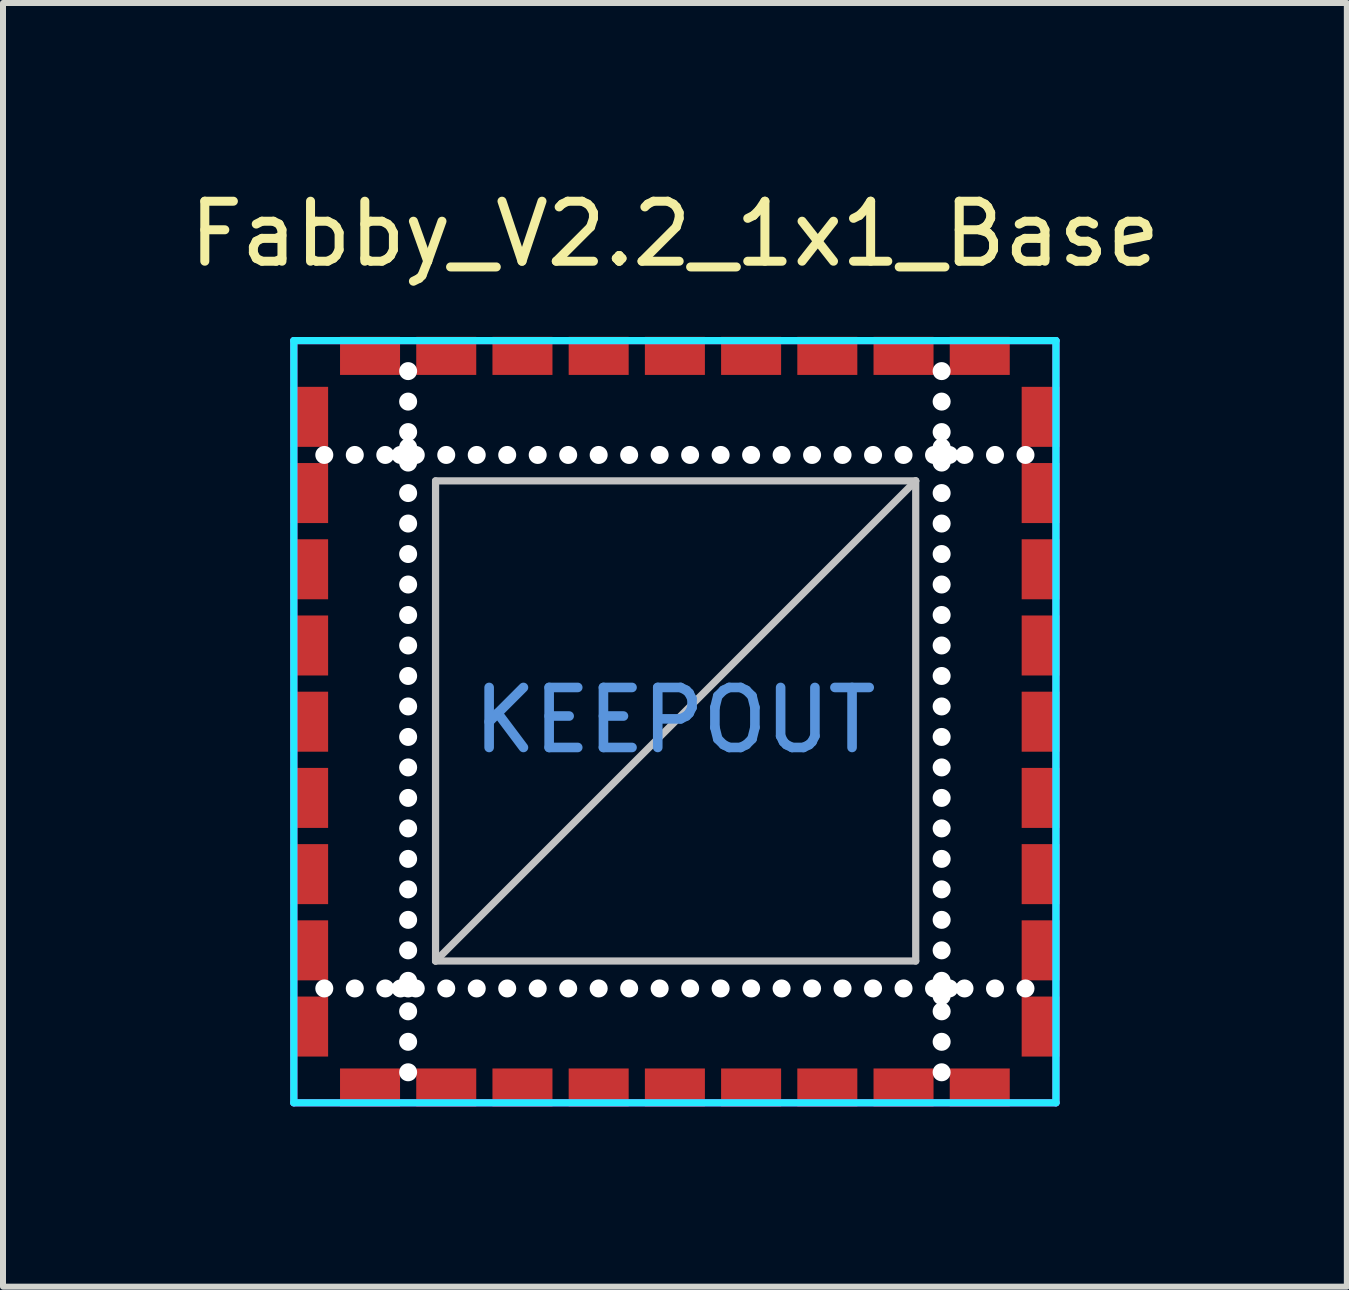
<source format=kicad_pcb>
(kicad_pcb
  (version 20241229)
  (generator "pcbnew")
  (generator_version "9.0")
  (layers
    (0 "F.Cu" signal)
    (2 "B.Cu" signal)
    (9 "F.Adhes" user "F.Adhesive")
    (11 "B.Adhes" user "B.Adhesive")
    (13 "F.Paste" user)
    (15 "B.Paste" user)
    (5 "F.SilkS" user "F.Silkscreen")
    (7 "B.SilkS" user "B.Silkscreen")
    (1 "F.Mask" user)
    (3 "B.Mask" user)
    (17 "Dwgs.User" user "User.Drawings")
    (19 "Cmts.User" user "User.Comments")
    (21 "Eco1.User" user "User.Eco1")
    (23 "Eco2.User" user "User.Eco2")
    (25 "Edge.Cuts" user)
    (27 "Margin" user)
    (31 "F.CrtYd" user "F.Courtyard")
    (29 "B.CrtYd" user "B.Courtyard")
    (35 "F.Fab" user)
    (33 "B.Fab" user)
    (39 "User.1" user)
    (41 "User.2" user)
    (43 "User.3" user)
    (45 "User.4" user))
  (footprint "Fabby_V2.2_1x1_Base"
    (layer "F.Cu")
    (at 8.196 8.976)
    (property "Reference" "Fabby_V2.2_1x1_Base" (at 0 -8.128 0) (layer "F.SilkS") (effects (font (size 1 1) (thickness 0.15))))
    (attr through_hole)
    (fp_line (start -3.988 -4.013) (end 4.013 -4.013) (stroke (width 0.12) (type solid)) (layer "Dwgs.User"))
    (fp_line (start -3.988 3.988) (end -3.988 -4.013) (stroke (width 0.12) (type solid)) (layer "Dwgs.User"))
    (fp_line (start -3.988 3.988) (end 4.013 -4.013) (stroke (width 0.12) (type solid)) (layer "Dwgs.User"))
    (fp_line (start 4.013 -4.013) (end 4.013 3.988) (stroke (width 0.12) (type solid)) (layer "Dwgs.User"))
    (fp_line (start 4.013 3.988) (end -3.988 3.988) (stroke (width 0.12) (type solid)) (layer "Dwgs.User"))
    (fp_line (start -6.35 -6.35) (end 6.35 -6.35) (stroke (width 0.12) (type solid)) (layer "B.CrtYd"))
    (fp_line (start -6.35 6.35) (end -6.35 -6.35) (stroke (width 0.12) (type solid)) (layer "B.CrtYd"))
    (fp_line (start 6.35 -6.35) (end 6.35 6.35) (stroke (width 0.12) (type solid)) (layer "B.CrtYd"))
    (fp_line (start 6.35 6.35) (end -6.35 6.35) (stroke (width 0.12) (type solid)) (layer "B.CrtYd"))
    (fp_line (start -6.35 -6.35) (end 6.35 -6.35) (stroke (width 0.12) (type solid)) (layer "F.CrtYd"))
    (fp_line (start -6.35 6.35) (end -6.35 -6.35) (stroke (width 0.12) (type solid)) (layer "F.CrtYd"))
    (fp_line (start 6.35 -6.35) (end 6.35 6.35) (stroke (width 0.12) (type solid)) (layer "F.CrtYd"))
    (fp_line (start 6.35 6.35) (end -6.35 6.35) (stroke (width 0.12) (type solid)) (layer "F.CrtYd"))
    (fp_text user "KEEPOUT" (at 0 -0.025 0) (layer "Cmts.User") (effects (font (size 1 1) (thickness 0.16))))
    (pad "" np_thru_hole circle (at -5.842 -4.445) (size 0.3 0.3) (drill 0.3) (layers "*.Cu" "*.Mask"))
    (pad "" np_thru_hole circle (at -5.842 4.445) (size 0.3 0.3) (drill 0.3) (layers "*.Cu" "*.Mask"))
    (pad "" np_thru_hole circle (at -5.334 -4.445) (size 0.3 0.3) (drill 0.3) (layers "*.Cu" "*.Mask"))
    (pad "" np_thru_hole circle (at -5.334 4.445) (size 0.3 0.3) (drill 0.3) (layers "*.Cu" "*.Mask"))
    (pad "" np_thru_hole circle (at -4.826 -4.445) (size 0.3 0.3) (drill 0.3) (layers "*.Cu" "*.Mask"))
    (pad "" np_thru_hole circle (at -4.826 4.445) (size 0.3 0.3) (drill 0.3) (layers "*.Cu" "*.Mask"))
    (pad "" np_thru_hole circle (at -4.572 -4.445) (size 0.3 0.3) (drill 0.3) (layers "*.Cu" "*.Mask"))
    (pad "" np_thru_hole circle (at -4.572 4.445) (size 0.3 0.3) (drill 0.3) (layers "*.Cu" "*.Mask"))
    (pad "" np_thru_hole circle (at -4.445 -5.842) (size 0.3 0.3) (drill 0.3) (layers "*.Cu" "*.Mask"))
    (pad "" np_thru_hole circle (at -4.445 -5.334) (size 0.3 0.3) (drill 0.3) (layers "*.Cu" "*.Mask"))
    (pad "" np_thru_hole circle (at -4.445 -4.826) (size 0.3 0.3) (drill 0.3) (layers "*.Cu" "*.Mask"))
    (pad "" np_thru_hole circle (at -4.445 -4.572) (size 0.3 0.3) (drill 0.3) (layers "*.Cu" "*.Mask"))
    (pad "" np_thru_hole circle (at -4.445 -4.445) (size 0.3 0.3) (drill 0.3) (layers "*.Cu" "*.Mask"))
    (pad "" np_thru_hole circle (at -4.445 -4.318) (size 0.3 0.3) (drill 0.3) (layers "*.Cu" "*.Mask"))
    (pad "" np_thru_hole circle (at -4.445 -3.81) (size 0.3 0.3) (drill 0.3) (layers "*.Cu" "*.Mask"))
    (pad "" np_thru_hole circle (at -4.445 -3.302) (size 0.3 0.3) (drill 0.3) (layers "*.Cu" "*.Mask"))
    (pad "" np_thru_hole circle (at -4.445 -2.794) (size 0.3 0.3) (drill 0.3) (layers "*.Cu" "*.Mask"))
    (pad "" np_thru_hole circle (at -4.445 -2.286) (size 0.3 0.3) (drill 0.3) (layers "*.Cu" "*.Mask"))
    (pad "" np_thru_hole circle (at -4.445 -1.778) (size 0.3 0.3) (drill 0.3) (layers "*.Cu" "*.Mask"))
    (pad "" np_thru_hole circle (at -4.445 -1.27) (size 0.3 0.3) (drill 0.3) (layers "*.Cu" "*.Mask"))
    (pad "" np_thru_hole circle (at -4.445 -0.762) (size 0.3 0.3) (drill 0.3) (layers "*.Cu" "*.Mask"))
    (pad "" np_thru_hole circle (at -4.445 -0.254) (size 0.3 0.3) (drill 0.3) (layers "*.Cu" "*.Mask"))
    (pad "" np_thru_hole circle (at -4.445 0.254) (size 0.3 0.3) (drill 0.3) (layers "*.Cu" "*.Mask"))
    (pad "" np_thru_hole circle (at -4.445 0.762) (size 0.3 0.3) (drill 0.3) (layers "*.Cu" "*.Mask"))
    (pad "" np_thru_hole circle (at -4.445 1.27) (size 0.3 0.3) (drill 0.3) (layers "*.Cu" "*.Mask"))
    (pad "" np_thru_hole circle (at -4.445 1.778) (size 0.3 0.3) (drill 0.3) (layers "*.Cu" "*.Mask"))
    (pad "" np_thru_hole circle (at -4.445 2.286) (size 0.3 0.3) (drill 0.3) (layers "*.Cu" "*.Mask"))
    (pad "" np_thru_hole circle (at -4.445 2.794) (size 0.3 0.3) (drill 0.3) (layers "*.Cu" "*.Mask"))
    (pad "" np_thru_hole circle (at -4.445 3.302) (size 0.3 0.3) (drill 0.3) (layers "*.Cu" "*.Mask"))
    (pad "" np_thru_hole circle (at -4.445 3.81) (size 0.3 0.3) (drill 0.3) (layers "*.Cu" "*.Mask"))
    (pad "" np_thru_hole circle (at -4.445 4.318) (size 0.3 0.3) (drill 0.3) (layers "*.Cu" "*.Mask"))
    (pad "" np_thru_hole circle (at -4.445 4.445) (size 0.3 0.3) (drill 0.3) (layers "*.Cu" "*.Mask"))
    (pad "" np_thru_hole circle (at -4.445 4.826) (size 0.3 0.3) (drill 0.3) (layers "*.Cu" "*.Mask"))
    (pad "" np_thru_hole circle (at -4.445 5.334) (size 0.3 0.3) (drill 0.3) (layers "*.Cu" "*.Mask"))
    (pad "" np_thru_hole circle (at -4.445 5.842) (size 0.3 0.3) (drill 0.3) (layers "*.Cu" "*.Mask"))
    (pad "" np_thru_hole circle (at -4.318 -4.445) (size 0.3 0.3) (drill 0.3) (layers "*.Cu" "*.Mask"))
    (pad "" np_thru_hole circle (at -4.318 4.445) (size 0.3 0.3) (drill 0.3) (layers "*.Cu" "*.Mask"))
    (pad "" np_thru_hole circle (at -3.81 -4.445) (size 0.3 0.3) (drill 0.3) (layers "*.Cu" "*.Mask"))
    (pad "" np_thru_hole circle (at -3.81 4.445) (size 0.3 0.3) (drill 0.3) (layers "*.Cu" "*.Mask"))
    (pad "" np_thru_hole circle (at -3.302 -4.445) (size 0.3 0.3) (drill 0.3) (layers "*.Cu" "*.Mask"))
    (pad "" np_thru_hole circle (at -3.302 4.445) (size 0.3 0.3) (drill 0.3) (layers "*.Cu" "*.Mask"))
    (pad "" np_thru_hole circle (at -2.794 -4.445) (size 0.3 0.3) (drill 0.3) (layers "*.Cu" "*.Mask"))
    (pad "" np_thru_hole circle (at -2.794 4.445) (size 0.3 0.3) (drill 0.3) (layers "*.Cu" "*.Mask"))
    (pad "" np_thru_hole circle (at -2.286 -4.445) (size 0.3 0.3) (drill 0.3) (layers "*.Cu" "*.Mask"))
    (pad "" np_thru_hole circle (at -2.286 4.445) (size 0.3 0.3) (drill 0.3) (layers "*.Cu" "*.Mask"))
    (pad "" np_thru_hole circle (at -1.778 -4.445) (size 0.3 0.3) (drill 0.3) (layers "*.Cu" "*.Mask"))
    (pad "" np_thru_hole circle (at -1.778 4.445) (size 0.3 0.3) (drill 0.3) (layers "*.Cu" "*.Mask"))
    (pad "" np_thru_hole circle (at -1.27 -4.445) (size 0.3 0.3) (drill 0.3) (layers "*.Cu" "*.Mask"))
    (pad "" np_thru_hole circle (at -1.27 4.445) (size 0.3 0.3) (drill 0.3) (layers "*.Cu" "*.Mask"))
    (pad "" np_thru_hole circle (at -0.762 -4.445) (size 0.3 0.3) (drill 0.3) (layers "*.Cu" "*.Mask"))
    (pad "" np_thru_hole circle (at -0.762 4.445) (size 0.3 0.3) (drill 0.3) (layers "*.Cu" "*.Mask"))
    (pad "" np_thru_hole circle (at -0.254 -4.445) (size 0.3 0.3) (drill 0.3) (layers "*.Cu" "*.Mask"))
    (pad "" np_thru_hole circle (at -0.254 4.445) (size 0.3 0.3) (drill 0.3) (layers "*.Cu" "*.Mask"))
    (pad "" np_thru_hole circle (at 0.254 -4.445) (size 0.3 0.3) (drill 0.3) (layers "*.Cu" "*.Mask"))
    (pad "" np_thru_hole circle (at 0.254 4.445) (size 0.3 0.3) (drill 0.3) (layers "*.Cu" "*.Mask"))
    (pad "" np_thru_hole circle (at 0.762 -4.445) (size 0.3 0.3) (drill 0.3) (layers "*.Cu" "*.Mask"))
    (pad "" np_thru_hole circle (at 0.762 4.445) (size 0.3 0.3) (drill 0.3) (layers "*.Cu" "*.Mask"))
    (pad "" np_thru_hole circle (at 1.27 -4.445) (size 0.3 0.3) (drill 0.3) (layers "*.Cu" "*.Mask"))
    (pad "" np_thru_hole circle (at 1.27 4.445) (size 0.3 0.3) (drill 0.3) (layers "*.Cu" "*.Mask"))
    (pad "" np_thru_hole circle (at 1.778 -4.445) (size 0.3 0.3) (drill 0.3) (layers "*.Cu" "*.Mask"))
    (pad "" np_thru_hole circle (at 1.778 4.445) (size 0.3 0.3) (drill 0.3) (layers "*.Cu" "*.Mask"))
    (pad "" np_thru_hole circle (at 2.286 -4.445) (size 0.3 0.3) (drill 0.3) (layers "*.Cu" "*.Mask"))
    (pad "" np_thru_hole circle (at 2.286 4.445) (size 0.3 0.3) (drill 0.3) (layers "*.Cu" "*.Mask"))
    (pad "" np_thru_hole circle (at 2.794 -4.445) (size 0.3 0.3) (drill 0.3) (layers "*.Cu" "*.Mask"))
    (pad "" np_thru_hole circle (at 2.794 4.445) (size 0.3 0.3) (drill 0.3) (layers "*.Cu" "*.Mask"))
    (pad "" np_thru_hole circle (at 3.302 -4.445) (size 0.3 0.3) (drill 0.3) (layers "*.Cu" "*.Mask"))
    (pad "" np_thru_hole circle (at 3.302 4.445) (size 0.3 0.3) (drill 0.3) (layers "*.Cu" "*.Mask"))
    (pad "" np_thru_hole circle (at 3.81 -4.445) (size 0.3 0.3) (drill 0.3) (layers "*.Cu" "*.Mask"))
    (pad "" np_thru_hole circle (at 3.81 4.445) (size 0.3 0.3) (drill 0.3) (layers "*.Cu" "*.Mask"))
    (pad "" np_thru_hole circle (at 4.318 -4.445) (size 0.3 0.3) (drill 0.3) (layers "*.Cu" "*.Mask"))
    (pad "" np_thru_hole circle (at 4.318 4.445) (size 0.3 0.3) (drill 0.3) (layers "*.Cu" "*.Mask"))
    (pad "" np_thru_hole circle (at 4.445 -5.842) (size 0.3 0.3) (drill 0.3) (layers "*.Cu" "*.Mask"))
    (pad "" np_thru_hole circle (at 4.445 -5.334) (size 0.3 0.3) (drill 0.3) (layers "*.Cu" "*.Mask"))
    (pad "" np_thru_hole circle (at 4.445 -4.826) (size 0.3 0.3) (drill 0.3) (layers "*.Cu" "*.Mask"))
    (pad "" np_thru_hole circle (at 4.445 -4.572) (size 0.3 0.3) (drill 0.3) (layers "*.Cu" "*.Mask"))
    (pad "" np_thru_hole circle (at 4.445 -4.445) (size 0.3 0.3) (drill 0.3) (layers "*.Cu" "*.Mask"))
    (pad "" np_thru_hole circle (at 4.445 -4.318) (size 0.3 0.3) (drill 0.3) (layers "*.Cu" "*.Mask"))
    (pad "" np_thru_hole circle (at 4.445 -3.81) (size 0.3 0.3) (drill 0.3) (layers "*.Cu" "*.Mask"))
    (pad "" np_thru_hole circle (at 4.445 -3.302) (size 0.3 0.3) (drill 0.3) (layers "*.Cu" "*.Mask"))
    (pad "" np_thru_hole circle (at 4.445 -2.794) (size 0.3 0.3) (drill 0.3) (layers "*.Cu" "*.Mask"))
    (pad "" np_thru_hole circle (at 4.445 -2.286) (size 0.3 0.3) (drill 0.3) (layers "*.Cu" "*.Mask"))
    (pad "" np_thru_hole circle (at 4.445 -1.778) (size 0.3 0.3) (drill 0.3) (layers "*.Cu" "*.Mask"))
    (pad "" np_thru_hole circle (at 4.445 -1.27) (size 0.3 0.3) (drill 0.3) (layers "*.Cu" "*.Mask"))
    (pad "" np_thru_hole circle (at 4.445 -0.762) (size 0.3 0.3) (drill 0.3) (layers "*.Cu" "*.Mask"))
    (pad "" np_thru_hole circle (at 4.445 -0.254) (size 0.3 0.3) (drill 0.3) (layers "*.Cu" "*.Mask"))
    (pad "" np_thru_hole circle (at 4.445 0.254) (size 0.3 0.3) (drill 0.3) (layers "*.Cu" "*.Mask"))
    (pad "" np_thru_hole circle (at 4.445 0.762) (size 0.3 0.3) (drill 0.3) (layers "*.Cu" "*.Mask"))
    (pad "" np_thru_hole circle (at 4.445 1.27) (size 0.3 0.3) (drill 0.3) (layers "*.Cu" "*.Mask"))
    (pad "" np_thru_hole circle (at 4.445 1.778) (size 0.3 0.3) (drill 0.3) (layers "*.Cu" "*.Mask"))
    (pad "" np_thru_hole circle (at 4.445 2.286) (size 0.3 0.3) (drill 0.3) (layers "*.Cu" "*.Mask"))
    (pad "" np_thru_hole circle (at 4.445 2.794) (size 0.3 0.3) (drill 0.3) (layers "*.Cu" "*.Mask"))
    (pad "" np_thru_hole circle (at 4.445 3.302) (size 0.3 0.3) (drill 0.3) (layers "*.Cu" "*.Mask"))
    (pad "" np_thru_hole circle (at 4.445 3.81) (size 0.3 0.3) (drill 0.3) (layers "*.Cu" "*.Mask"))
    (pad "" np_thru_hole circle (at 4.445 4.318) (size 0.3 0.3) (drill 0.3) (layers "*.Cu" "*.Mask"))
    (pad "" np_thru_hole circle (at 4.445 4.445) (size 0.3 0.3) (drill 0.3) (layers "*.Cu" "*.Mask"))
    (pad "" np_thru_hole circle (at 4.445 4.572) (size 0.3 0.3) (drill 0.3) (layers "*.Cu" "*.Mask"))
    (pad "" np_thru_hole circle (at 4.445 4.826) (size 0.3 0.3) (drill 0.3) (layers "*.Cu" "*.Mask"))
    (pad "" np_thru_hole circle (at 4.445 5.334) (size 0.3 0.3) (drill 0.3) (layers "*.Cu" "*.Mask"))
    (pad "" np_thru_hole circle (at 4.445 5.842) (size 0.3 0.3) (drill 0.3) (layers "*.Cu" "*.Mask"))
    (pad "" np_thru_hole circle (at 4.572 -4.445) (size 0.3 0.3) (drill 0.3) (layers "*.Cu" "*.Mask"))
    (pad "" np_thru_hole circle (at 4.572 4.445) (size 0.3 0.3) (drill 0.3) (layers "*.Cu" "*.Mask"))
    (pad "" np_thru_hole circle (at 4.826 -4.445) (size 0.3 0.3) (drill 0.3) (layers "*.Cu" "*.Mask"))
    (pad "" np_thru_hole circle (at 4.826 4.445) (size 0.3 0.3) (drill 0.3) (layers "*.Cu" "*.Mask"))
    (pad "" np_thru_hole circle (at 5.334 -4.445) (size 0.3 0.3) (drill 0.3) (layers "*.Cu" "*.Mask"))
    (pad "" np_thru_hole circle (at 5.334 4.445) (size 0.3 0.3) (drill 0.3) (layers "*.Cu" "*.Mask"))
    (pad "" np_thru_hole circle (at 5.842 -4.445) (size 0.3 0.3) (drill 0.3) (layers "*.Cu" "*.Mask"))
    (pad "" np_thru_hole circle (at 5.842 4.445) (size 0.3 0.3) (drill 0.3) (layers "*.Cu" "*.Mask"))
    (pad "1" smd rect (at -6.096 -5.08 270) (size 1 0.635) (layers "F.Cu" "F.Mask" "F.Paste"))
    (pad "1" smd rect (at -5.08 -6.096 270) (size 0.635 1) (layers "F.Cu" "F.Mask" "F.Paste"))
    (pad "2" smd rect (at -6.096 -3.81 270) (size 1 0.635) (layers "F.Cu" "F.Mask" "F.Paste"))
    (pad "3" smd rect (at -6.096 -2.54 270) (size 1 0.635) (layers "F.Cu" "F.Mask" "F.Paste"))
    (pad "4" smd rect (at -6.096 -1.27 270) (size 1 0.635) (layers "F.Cu" "F.Mask" "F.Paste"))
    (pad "5" smd rect (at -6.096 0 270) (size 1 0.635) (layers "F.Cu" "F.Mask" "F.Paste"))
    (pad "6" smd rect (at -6.096 1.27 270) (size 1 0.635) (layers "F.Cu" "F.Mask" "F.Paste"))
    (pad "7" smd rect (at -6.096 2.54 270) (size 1 0.635) (layers "F.Cu" "F.Mask" "F.Paste"))
    (pad "8" smd rect (at -6.096 3.81 270) (size 1 0.635) (layers "F.Cu" "F.Mask" "F.Paste"))
    (pad "9" smd rect (at -6.096 5.08 270) (size 1 0.635) (layers "F.Cu" "F.Mask" "F.Paste"))
    (pad "9" smd rect (at -5.08 6.096 270) (size 0.635 1) (layers "F.Cu" "F.Mask" "F.Paste"))
    (pad "10" smd rect (at -3.81 6.096 270) (size 0.635 1) (layers "F.Cu" "F.Mask" "F.Paste"))
    (pad "11" smd rect (at -2.54 6.096 270) (size 0.635 1) (layers "F.Cu" "F.Mask" "F.Paste"))
    (pad "12" smd rect (at -1.27 6.096 270) (size 0.635 1) (layers "F.Cu" "F.Mask" "F.Paste"))
    (pad "13" smd rect (at 0 6.096 270) (size 0.635 1) (layers "F.Cu" "F.Mask" "F.Paste"))
    (pad "14" smd rect (at 1.27 6.096 270) (size 0.635 1) (layers "F.Cu" "F.Mask" "F.Paste"))
    (pad "15" smd rect (at 2.54 6.096 270) (size 0.635 1) (layers "F.Cu" "F.Mask" "F.Paste"))
    (pad "16" smd rect (at 3.81 6.096 270) (size 0.635 1) (layers "F.Cu" "F.Mask" "F.Paste"))
    (pad "17" smd rect (at 5.08 6.096 270) (size 0.635 1) (layers "F.Cu" "F.Mask" "F.Paste"))
    (pad "17" smd rect (at 6.096 5.08 270) (size 1 0.635) (layers "F.Cu" "F.Mask" "F.Paste"))
    (pad "18" smd rect (at 6.096 3.81 270) (size 1 0.635) (layers "F.Cu" "F.Mask" "F.Paste"))
    (pad "19" smd rect (at 6.096 2.54 270) (size 1 0.635) (layers "F.Cu" "F.Mask" "F.Paste"))
    (pad "20" smd rect (at 6.096 1.27 270) (size 1 0.635) (layers "F.Cu" "F.Mask" "F.Paste"))
    (pad "21" smd rect (at 6.096 0 270) (size 1 0.635) (layers "F.Cu" "F.Mask" "F.Paste"))
    (pad "22" smd rect (at 6.096 -1.27 270) (size 1 0.635) (layers "F.Cu" "F.Mask" "F.Paste"))
    (pad "23" smd rect (at 6.096 -2.54 270) (size 1 0.635) (layers "F.Cu" "F.Mask" "F.Paste"))
    (pad "24" smd rect (at 6.096 -3.81 270) (size 1 0.635) (layers "F.Cu" "F.Mask" "F.Paste"))
    (pad "25" smd rect (at 5.08 -6.096 270) (size 0.635 1) (layers "F.Cu" "F.Mask" "F.Paste"))
    (pad "25" smd rect (at 6.096 -5.08 270) (size 1 0.635) (layers "F.Cu" "F.Mask" "F.Paste"))
    (pad "26" smd rect (at 3.81 -6.096 270) (size 0.635 1) (layers "F.Cu" "F.Mask" "F.Paste"))
    (pad "27" smd rect (at 2.54 -6.096 270) (size 0.635 1) (layers "F.Cu" "F.Mask" "F.Paste"))
    (pad "28" smd rect (at 1.27 -6.096 270) (size 0.635 1) (layers "F.Cu" "F.Mask" "F.Paste"))
    (pad "29" smd rect (at 0 -6.096 270) (size 0.635 1) (layers "F.Cu" "F.Mask" "F.Paste"))
    (pad "30" smd rect (at -1.27 -6.096 270) (size 0.635 1) (layers "F.Cu" "F.Mask" "F.Paste"))
    (pad "31" smd rect (at -2.54 -6.096 270) (size 0.635 1) (layers "F.Cu" "F.Mask" "F.Paste"))
    (pad "32" smd rect (at -3.81 -6.096 270) (size 0.635 1) (layers "F.Cu" "F.Mask" "F.Paste")))
  (gr_rect
    (start -3 -3)
    (end 19.393 18.39)
    (stroke (width 0.1) (type default))
    (fill no)
    (layer "Edge.Cuts")))
</source>
